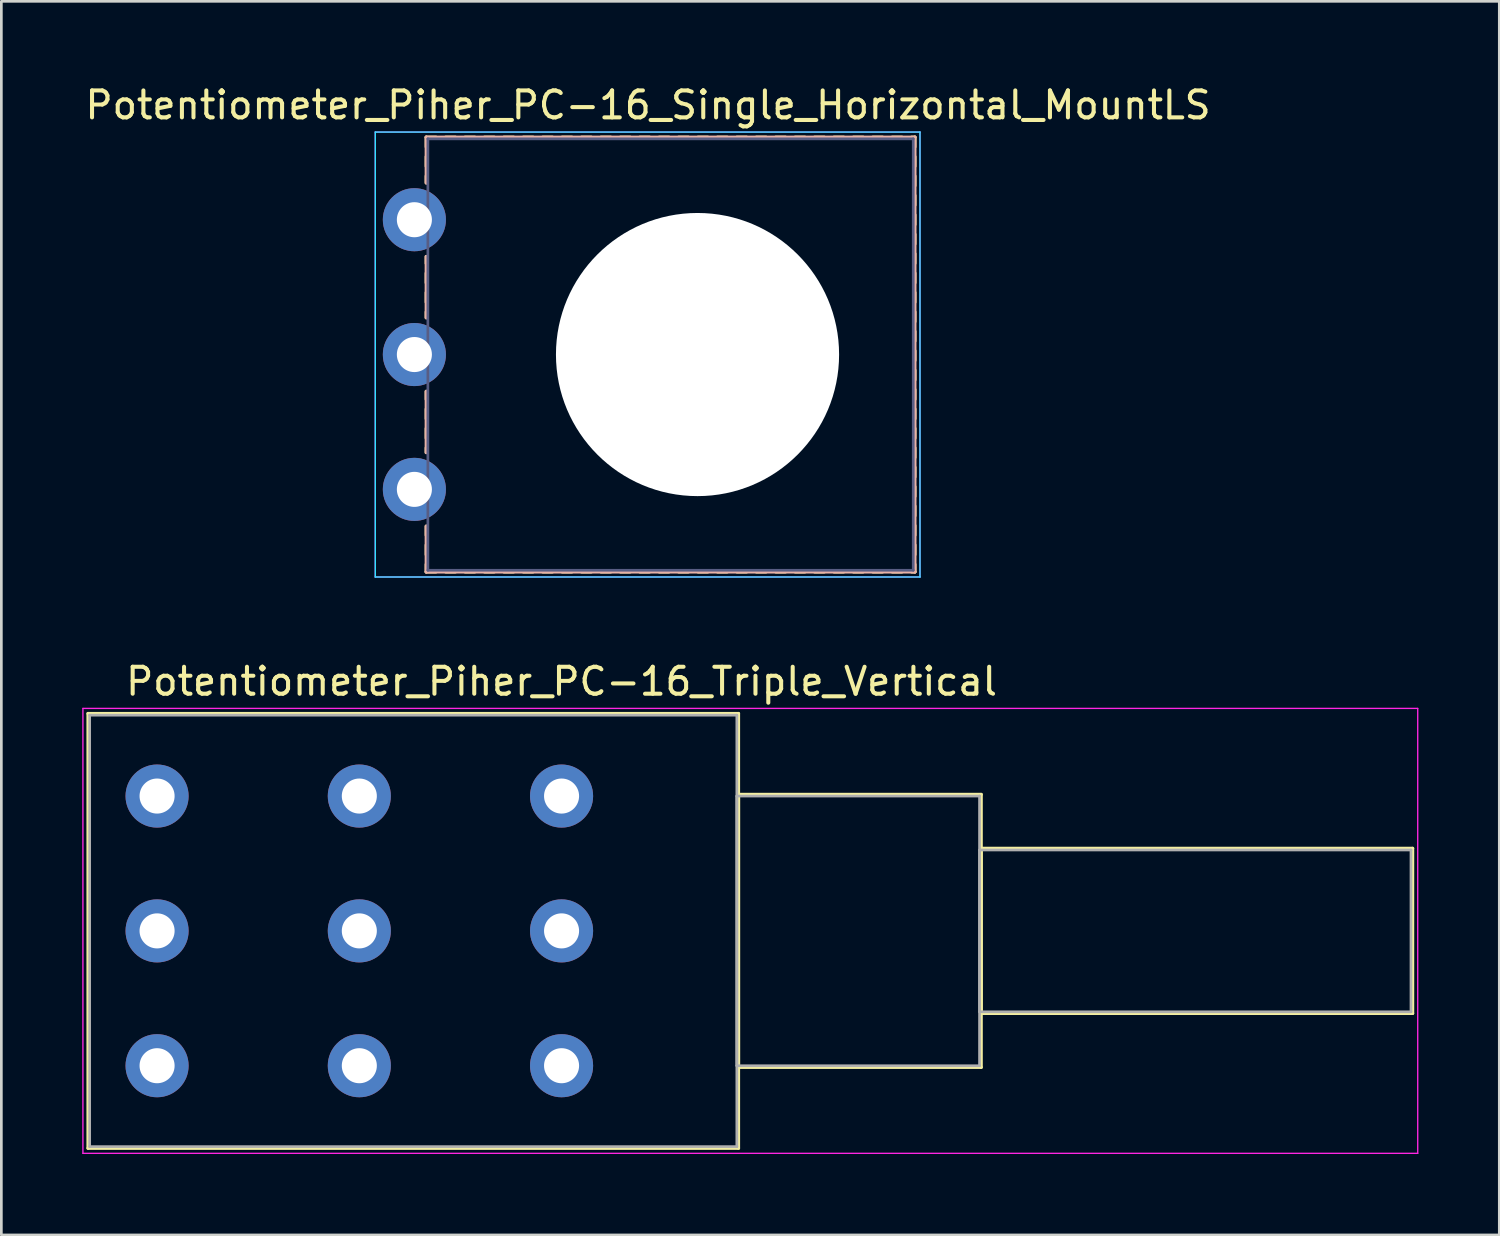
<source format=kicad_pcb>
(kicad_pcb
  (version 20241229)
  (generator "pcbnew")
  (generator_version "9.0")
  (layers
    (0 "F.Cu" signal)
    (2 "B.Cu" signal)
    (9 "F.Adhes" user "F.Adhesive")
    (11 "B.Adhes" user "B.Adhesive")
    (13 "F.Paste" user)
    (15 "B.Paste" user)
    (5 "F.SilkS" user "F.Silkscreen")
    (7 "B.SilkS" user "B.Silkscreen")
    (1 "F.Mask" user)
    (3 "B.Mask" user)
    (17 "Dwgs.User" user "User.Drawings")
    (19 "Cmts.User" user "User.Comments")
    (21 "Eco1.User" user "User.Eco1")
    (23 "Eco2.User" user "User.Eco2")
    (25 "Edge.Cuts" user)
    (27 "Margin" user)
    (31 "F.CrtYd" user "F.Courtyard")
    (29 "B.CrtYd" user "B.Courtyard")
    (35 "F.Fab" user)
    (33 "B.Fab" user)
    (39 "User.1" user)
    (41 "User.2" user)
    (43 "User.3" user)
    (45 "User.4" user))
  (footprint "Potentiometer_Piher_PC-16_Single_Horizontal_MountLS"
    (layer "F.Cu")
    (at 12.317 15.098)
    (property "Reference" "Potentiometer_Piher_PC-16_Single_Horizontal_MountLS" (at 8.665 -14.25 0) (layer "F.SilkS") (effects (font (size 1 1) (thickness 0.15))))
    (attr through_hole)
    (fp_line (start 0.44 -13.06) (end 0.44 -12.7) (stroke (width 0.12) (type solid)) (layer "F.SilkS"))
    (fp_line (start 0.44 -13.06) (end 0.8 -13.06) (stroke (width 0.12) (type solid)) (layer "F.SilkS"))
    (fp_line (start 0.44 -12.34) (end 0.44 -11.98) (stroke (width 0.12) (type solid)) (layer "F.SilkS"))
    (fp_line (start 0.44 -11.62) (end 0.44 -11.365) (stroke (width 0.12) (type solid)) (layer "F.SilkS"))
    (fp_line (start 0.44 -8.635) (end 0.44 -8.38) (stroke (width 0.12) (type solid)) (layer "F.SilkS"))
    (fp_line (start 0.44 -8.02) (end 0.44 -7.66) (stroke (width 0.12) (type solid)) (layer "F.SilkS"))
    (fp_line (start 0.44 -7.3) (end 0.44 -6.94) (stroke (width 0.12) (type solid)) (layer "F.SilkS"))
    (fp_line (start 0.44 -6.58) (end 0.44 -6.365) (stroke (width 0.12) (type solid)) (layer "F.SilkS"))
    (fp_line (start 0.44 -3.635) (end 0.44 -3.34) (stroke (width 0.12) (type solid)) (layer "F.SilkS"))
    (fp_line (start 0.44 -2.98) (end 0.44 -2.62) (stroke (width 0.12) (type solid)) (layer "F.SilkS"))
    (fp_line (start 0.44 -2.26) (end 0.44 -1.9) (stroke (width 0.12) (type solid)) (layer "F.SilkS"))
    (fp_line (start 0.44 -1.54) (end 0.44 -1.365) (stroke (width 0.12) (type solid)) (layer "F.SilkS"))
    (fp_line (start 0.44 1.365) (end 0.44 1.7) (stroke (width 0.12) (type solid)) (layer "F.SilkS"))
    (fp_line (start 0.44 2.061) (end 0.44 2.421) (stroke (width 0.12) (type solid)) (layer "F.SilkS"))
    (fp_line (start 0.44 2.781) (end 0.44 3.06) (stroke (width 0.12) (type solid)) (layer "F.SilkS"))
    (fp_line (start 0.44 3.06) (end 0.8 3.06) (stroke (width 0.12) (type solid)) (layer "F.SilkS"))
    (fp_line (start 1.16 -13.06) (end 1.52 -13.06) (stroke (width 0.12) (type solid)) (layer "F.SilkS"))
    (fp_line (start 1.16 3.06) (end 1.52 3.06) (stroke (width 0.12) (type solid)) (layer "F.SilkS"))
    (fp_line (start 1.88 -13.06) (end 2.24 -13.06) (stroke (width 0.12) (type solid)) (layer "F.SilkS"))
    (fp_line (start 1.88 3.06) (end 2.24 3.06) (stroke (width 0.12) (type solid)) (layer "F.SilkS"))
    (fp_line (start 2.6 -13.06) (end 2.96 -13.06) (stroke (width 0.12) (type solid)) (layer "F.SilkS"))
    (fp_line (start 2.6 3.06) (end 2.96 3.06) (stroke (width 0.12) (type solid)) (layer "F.SilkS"))
    (fp_line (start 3.32 -13.06) (end 3.68 -13.06) (stroke (width 0.12) (type solid)) (layer "F.SilkS"))
    (fp_line (start 3.32 3.06) (end 3.68 3.06) (stroke (width 0.12) (type solid)) (layer "F.SilkS"))
    (fp_line (start 4.04 -13.06) (end 4.4 -13.06) (stroke (width 0.12) (type solid)) (layer "F.SilkS"))
    (fp_line (start 4.04 3.06) (end 4.4 3.06) (stroke (width 0.12) (type solid)) (layer "F.SilkS"))
    (fp_line (start 4.76 -13.06) (end 5.12 -13.06) (stroke (width 0.12) (type solid)) (layer "F.SilkS"))
    (fp_line (start 4.76 3.06) (end 5.12 3.06) (stroke (width 0.12) (type solid)) (layer "F.SilkS"))
    (fp_line (start 5.48 -13.06) (end 5.84 -13.06) (stroke (width 0.12) (type solid)) (layer "F.SilkS"))
    (fp_line (start 5.48 3.06) (end 5.84 3.06) (stroke (width 0.12) (type solid)) (layer "F.SilkS"))
    (fp_line (start 6.2 -13.06) (end 6.56 -13.06) (stroke (width 0.12) (type solid)) (layer "F.SilkS"))
    (fp_line (start 6.2 3.06) (end 6.56 3.06) (stroke (width 0.12) (type solid)) (layer "F.SilkS"))
    (fp_line (start 6.92 -13.06) (end 7.28 -13.06) (stroke (width 0.12) (type solid)) (layer "F.SilkS"))
    (fp_line (start 6.92 3.06) (end 7.28 3.06) (stroke (width 0.12) (type solid)) (layer "F.SilkS"))
    (fp_line (start 7.64 -13.06) (end 8 -13.06) (stroke (width 0.12) (type solid)) (layer "F.SilkS"))
    (fp_line (start 7.64 3.06) (end 8 3.06) (stroke (width 0.12) (type solid)) (layer "F.SilkS"))
    (fp_line (start 8.36 -13.06) (end 8.72 -13.06) (stroke (width 0.12) (type solid)) (layer "F.SilkS"))
    (fp_line (start 8.36 3.06) (end 8.72 3.06) (stroke (width 0.12) (type solid)) (layer "F.SilkS"))
    (fp_line (start 9.08 -13.06) (end 9.44 -13.06) (stroke (width 0.12) (type solid)) (layer "F.SilkS"))
    (fp_line (start 9.08 3.06) (end 9.44 3.06) (stroke (width 0.12) (type solid)) (layer "F.SilkS"))
    (fp_line (start 9.8 -13.06) (end 10.16 -13.06) (stroke (width 0.12) (type solid)) (layer "F.SilkS"))
    (fp_line (start 9.8 3.06) (end 10.16 3.06) (stroke (width 0.12) (type solid)) (layer "F.SilkS"))
    (fp_line (start 10.52 -13.06) (end 10.88 -13.06) (stroke (width 0.12) (type solid)) (layer "F.SilkS"))
    (fp_line (start 10.52 3.06) (end 10.88 3.06) (stroke (width 0.12) (type solid)) (layer "F.SilkS"))
    (fp_line (start 11.24 -13.06) (end 11.6 -13.06) (stroke (width 0.12) (type solid)) (layer "F.SilkS"))
    (fp_line (start 11.24 3.06) (end 11.6 3.06) (stroke (width 0.12) (type solid)) (layer "F.SilkS"))
    (fp_line (start 11.96 -13.06) (end 12.32 -13.06) (stroke (width 0.12) (type solid)) (layer "F.SilkS"))
    (fp_line (start 11.96 3.06) (end 12.32 3.06) (stroke (width 0.12) (type solid)) (layer "F.SilkS"))
    (fp_line (start 12.681 -13.06) (end 13.04 -13.06) (stroke (width 0.12) (type solid)) (layer "F.SilkS"))
    (fp_line (start 12.681 3.06) (end 13.04 3.06) (stroke (width 0.12) (type solid)) (layer "F.SilkS"))
    (fp_line (start 13.401 -13.06) (end 13.761 -13.06) (stroke (width 0.12) (type solid)) (layer "F.SilkS"))
    (fp_line (start 13.401 3.06) (end 13.761 3.06) (stroke (width 0.12) (type solid)) (layer "F.SilkS"))
    (fp_line (start 14.121 -13.06) (end 14.481 -13.06) (stroke (width 0.12) (type solid)) (layer "F.SilkS"))
    (fp_line (start 14.121 3.06) (end 14.481 3.06) (stroke (width 0.12) (type solid)) (layer "F.SilkS"))
    (fp_line (start 14.841 -13.06) (end 15.201 -13.06) (stroke (width 0.12) (type solid)) (layer "F.SilkS"))
    (fp_line (start 14.841 3.06) (end 15.201 3.06) (stroke (width 0.12) (type solid)) (layer "F.SilkS"))
    (fp_line (start 15.561 -13.06) (end 15.921 -13.06) (stroke (width 0.12) (type solid)) (layer "F.SilkS"))
    (fp_line (start 15.561 3.06) (end 15.921 3.06) (stroke (width 0.12) (type solid)) (layer "F.SilkS"))
    (fp_line (start 16.281 -13.06) (end 16.641 -13.06) (stroke (width 0.12) (type solid)) (layer "F.SilkS"))
    (fp_line (start 16.281 3.06) (end 16.641 3.06) (stroke (width 0.12) (type solid)) (layer "F.SilkS"))
    (fp_line (start 17.001 -13.06) (end 17.361 -13.06) (stroke (width 0.12) (type solid)) (layer "F.SilkS"))
    (fp_line (start 17.001 3.06) (end 17.361 3.06) (stroke (width 0.12) (type solid)) (layer "F.SilkS"))
    (fp_line (start 17.721 -13.06) (end 18.08 -13.06) (stroke (width 0.12) (type solid)) (layer "F.SilkS"))
    (fp_line (start 17.721 3.06) (end 18.08 3.06) (stroke (width 0.12) (type solid)) (layer "F.SilkS"))
    (fp_line (start 18.44 -13.06) (end 18.561 -13.06) (stroke (width 0.12) (type solid)) (layer "F.SilkS"))
    (fp_line (start 18.44 3.06) (end 18.561 3.06) (stroke (width 0.12) (type solid)) (layer "F.SilkS"))
    (fp_line (start 18.561 -13.06) (end 18.561 -12.7) (stroke (width 0.12) (type solid)) (layer "F.SilkS"))
    (fp_line (start 18.561 -12.34) (end 18.561 -11.98) (stroke (width 0.12) (type solid)) (layer "F.SilkS"))
    (fp_line (start 18.561 -11.62) (end 18.561 -11.26) (stroke (width 0.12) (type solid)) (layer "F.SilkS"))
    (fp_line (start 18.561 -10.9) (end 18.561 -10.54) (stroke (width 0.12) (type solid)) (layer "F.SilkS"))
    (fp_line (start 18.561 -10.18) (end 18.561 -9.819) (stroke (width 0.12) (type solid)) (layer "F.SilkS"))
    (fp_line (start 18.561 -9.46) (end 18.561 -9.1) (stroke (width 0.12) (type solid)) (layer "F.SilkS"))
    (fp_line (start 18.561 -8.74) (end 18.561 -8.38) (stroke (width 0.12) (type solid)) (layer "F.SilkS"))
    (fp_line (start 18.561 -8.02) (end 18.561 -7.66) (stroke (width 0.12) (type solid)) (layer "F.SilkS"))
    (fp_line (start 18.561 -7.3) (end 18.561 -6.94) (stroke (width 0.12) (type solid)) (layer "F.SilkS"))
    (fp_line (start 18.561 -6.58) (end 18.561 -6.22) (stroke (width 0.12) (type solid)) (layer "F.SilkS"))
    (fp_line (start 18.561 -5.86) (end 18.561 -5.5) (stroke (width 0.12) (type solid)) (layer "F.SilkS"))
    (fp_line (start 18.561 -5.14) (end 18.561 -4.78) (stroke (width 0.12) (type solid)) (layer "F.SilkS"))
    (fp_line (start 18.561 -4.42) (end 18.561 -4.06) (stroke (width 0.12) (type solid)) (layer "F.SilkS"))
    (fp_line (start 18.561 -3.7) (end 18.561 -3.34) (stroke (width 0.12) (type solid)) (layer "F.SilkS"))
    (fp_line (start 18.561 -2.98) (end 18.561 -2.62) (stroke (width 0.12) (type solid)) (layer "F.SilkS"))
    (fp_line (start 18.561 -2.26) (end 18.561 -1.9) (stroke (width 0.12) (type solid)) (layer "F.SilkS"))
    (fp_line (start 18.561 -1.54) (end 18.561 -1.18) (stroke (width 0.12) (type solid)) (layer "F.SilkS"))
    (fp_line (start 18.561 -0.82) (end 18.561 -0.46) (stroke (width 0.12) (type solid)) (layer "F.SilkS"))
    (fp_line (start 18.561 -0.1) (end 18.561 0.26) (stroke (width 0.12) (type solid)) (layer "F.SilkS"))
    (fp_line (start 18.561 0.62) (end 18.561 0.98) (stroke (width 0.12) (type solid)) (layer "F.SilkS"))
    (fp_line (start 18.561 1.341) (end 18.561 1.7) (stroke (width 0.12) (type solid)) (layer "F.SilkS"))
    (fp_line (start 18.561 2.061) (end 18.561 2.421) (stroke (width 0.12) (type solid)) (layer "F.SilkS"))
    (fp_line (start 18.561 2.781) (end 18.561 3.06) (stroke (width 0.12) (type solid)) (layer "F.SilkS"))
    (fp_line (start 0.44 -13.06) (end 0.44 -11.365) (stroke (width 0.12) (type solid)) (layer "B.SilkS"))
    (fp_line (start 0.44 -13.06) (end 18.561 -13.06) (stroke (width 0.12) (type solid)) (layer "B.SilkS"))
    (fp_line (start 0.44 -8.635) (end 0.44 -6.365) (stroke (width 0.12) (type solid)) (layer "B.SilkS"))
    (fp_line (start 0.44 -3.635) (end 0.44 -1.365) (stroke (width 0.12) (type solid)) (layer "B.SilkS"))
    (fp_line (start 0.44 1.365) (end 0.44 3.06) (stroke (width 0.12) (type solid)) (layer "B.SilkS"))
    (fp_line (start 0.44 3.06) (end 18.561 3.06) (stroke (width 0.12) (type solid)) (layer "B.SilkS"))
    (fp_line (start 18.561 -13.06) (end 18.561 3.06) (stroke (width 0.12) (type solid)) (layer "B.SilkS"))
    (fp_line (start -1.45 -13.25) (end -1.45 3.25) (stroke (width 0.05) (type solid)) (layer "B.CrtYd"))
    (fp_line (start -1.45 3.25) (end 18.75 3.25) (stroke (width 0.05) (type solid)) (layer "B.CrtYd"))
    (fp_line (start 18.75 -13.25) (end -1.45 -13.25) (stroke (width 0.05) (type solid)) (layer "B.CrtYd"))
    (fp_line (start 18.75 3.25) (end 18.75 -13.25) (stroke (width 0.05) (type solid)) (layer "B.CrtYd"))
    (fp_line (start -1.45 -13.25) (end -1.45 3.25) (stroke (width 0.05) (type solid)) (layer "F.CrtYd"))
    (fp_line (start -1.45 3.25) (end 18.75 3.25) (stroke (width 0.05) (type solid)) (layer "F.CrtYd"))
    (fp_line (start 18.75 -13.25) (end -1.45 -13.25) (stroke (width 0.05) (type solid)) (layer "F.CrtYd"))
    (fp_line (start 18.75 3.25) (end 18.75 -13.25) (stroke (width 0.05) (type solid)) (layer "F.CrtYd"))
    (fp_line (start 0.5 -13) (end 0.5 3) (stroke (width 0.1) (type solid)) (layer "B.Fab"))
    (fp_line (start 0.5 3) (end 18.5 3) (stroke (width 0.1) (type solid)) (layer "B.Fab"))
    (fp_line (start 18.5 -13) (end 0.5 -13) (stroke (width 0.1) (type solid)) (layer "B.Fab"))
    (fp_line (start 18.5 3) (end 18.5 -13) (stroke (width 0.1) (type solid)) (layer "B.Fab"))
    (fp_circle (center 10.5 -5) (end 13.5 -5) (stroke (width 0.1) (type solid)) (fill no) (layer "B.Fab"))
    (fp_circle (center 10.5 -5) (end 15.5 -5) (stroke (width 0.1) (type solid)) (fill no) (layer "B.Fab"))
    (pad "" np_thru_hole circle (at 10.5 -5) (size 10.5 10.5) (drill 10.5) (layers "*.Cu" "*.Mask"))
    (pad "1" thru_hole circle (at 0 0) (size 2.34 2.34) (drill 1.3) (layers "*.Cu" "*.Mask"))
    (pad "2" thru_hole circle (at 0 -5) (size 2.34 2.34) (drill 1.3) (layers "*.Cu" "*.Mask"))
    (pad "3" thru_hole circle (at 0 -10) (size 2.34 2.34) (drill 1.3) (layers "*.Cu" "*.Mask")))
  (footprint "Potentiometer_Piher_PC-16_Triple_Vertical"
    (layer "F.Cu")
    (at 17.775 36.471)
    (property "Reference" "Potentiometer_Piher_PC-16_Triple_Vertical" (at 0 -14.25 0) (layer "F.SilkS") (effects (font (size 1 1) (thickness 0.15))))
    (attr through_hole)
    (fp_line (start -17.56 -13.06) (end -17.56 3.06) (stroke (width 0.12) (type solid)) (layer "F.SilkS"))
    (fp_line (start -17.56 -13.06) (end 6.561 -13.06) (stroke (width 0.12) (type solid)) (layer "F.SilkS"))
    (fp_line (start -17.56 3.06) (end 6.561 3.06) (stroke (width 0.12) (type solid)) (layer "F.SilkS"))
    (fp_line (start 6.561 -13.06) (end 6.561 3.06) (stroke (width 0.12) (type solid)) (layer "F.SilkS"))
    (fp_line (start 6.561 -10.06) (end 6.561 0.06) (stroke (width 0.12) (type solid)) (layer "F.SilkS"))
    (fp_line (start 6.561 -10.06) (end 15.561 -10.06) (stroke (width 0.12) (type solid)) (layer "F.SilkS"))
    (fp_line (start 6.561 0.06) (end 15.561 0.06) (stroke (width 0.12) (type solid)) (layer "F.SilkS"))
    (fp_line (start 15.561 -10.06) (end 15.561 0.06) (stroke (width 0.12) (type solid)) (layer "F.SilkS"))
    (fp_line (start 15.561 -8.06) (end 15.561 -1.94) (stroke (width 0.12) (type solid)) (layer "F.SilkS"))
    (fp_line (start 15.561 -8.06) (end 31.56 -8.06) (stroke (width 0.12) (type solid)) (layer "F.SilkS"))
    (fp_line (start 15.561 -1.94) (end 31.56 -1.94) (stroke (width 0.12) (type solid)) (layer "F.SilkS"))
    (fp_line (start 31.56 -8.06) (end 31.56 -1.94) (stroke (width 0.12) (type solid)) (layer "F.SilkS"))
    (fp_line (start -17.75 -13.25) (end -17.75 3.25) (stroke (width 0.05) (type solid)) (layer "F.CrtYd"))
    (fp_line (start -17.75 3.25) (end 31.75 3.25) (stroke (width 0.05) (type solid)) (layer "F.CrtYd"))
    (fp_line (start 31.75 -13.25) (end -17.75 -13.25) (stroke (width 0.05) (type solid)) (layer "F.CrtYd"))
    (fp_line (start 31.75 3.25) (end 31.75 -13.25) (stroke (width 0.05) (type solid)) (layer "F.CrtYd"))
    (fp_line (start -17.5 -13) (end -17.5 3) (stroke (width 0.1) (type solid)) (layer "F.Fab"))
    (fp_line (start -17.5 3) (end 6.5 3) (stroke (width 0.1) (type solid)) (layer "F.Fab"))
    (fp_line (start 6.5 -13) (end -17.5 -13) (stroke (width 0.1) (type solid)) (layer "F.Fab"))
    (fp_line (start 6.5 -10) (end 6.5 0) (stroke (width 0.1) (type solid)) (layer "F.Fab"))
    (fp_line (start 6.5 0) (end 15.5 0) (stroke (width 0.1) (type solid)) (layer "F.Fab"))
    (fp_line (start 6.5 3) (end 6.5 -13) (stroke (width 0.1) (type solid)) (layer "F.Fab"))
    (fp_line (start 15.5 -10) (end 6.5 -10) (stroke (width 0.1) (type solid)) (layer "F.Fab"))
    (fp_line (start 15.5 -8) (end 15.5 -2) (stroke (width 0.1) (type solid)) (layer "F.Fab"))
    (fp_line (start 15.5 -2) (end 31.5 -2) (stroke (width 0.1) (type solid)) (layer "F.Fab"))
    (fp_line (start 15.5 0) (end 15.5 -10) (stroke (width 0.1) (type solid)) (layer "F.Fab"))
    (fp_line (start 31.5 -8) (end 15.5 -8) (stroke (width 0.1) (type solid)) (layer "F.Fab"))
    (fp_line (start 31.5 -2) (end 31.5 -8) (stroke (width 0.1) (type solid)) (layer "F.Fab"))
    (pad "1" thru_hole circle (at 0 0) (size 2.34 2.34) (drill 1.3) (layers "*.Cu" "*.Mask"))
    (pad "2" thru_hole circle (at 0 -5) (size 2.34 2.34) (drill 1.3) (layers "*.Cu" "*.Mask"))
    (pad "3" thru_hole circle (at 0 -10) (size 2.34 2.34) (drill 1.3) (layers "*.Cu" "*.Mask"))
    (pad "4" thru_hole circle (at -7.5 0) (size 2.34 2.34) (drill 1.3) (layers "*.Cu" "*.Mask"))
    (pad "5" thru_hole circle (at -7.5 -5) (size 2.34 2.34) (drill 1.3) (layers "*.Cu" "*.Mask"))
    (pad "6" thru_hole circle (at -7.5 -10) (size 2.34 2.34) (drill 1.3) (layers "*.Cu" "*.Mask"))
    (pad "7" thru_hole circle (at -15 0) (size 2.34 2.34) (drill 1.3) (layers "*.Cu" "*.Mask"))
    (pad "8" thru_hole circle (at -15 -5) (size 2.34 2.34) (drill 1.3) (layers "*.Cu" "*.Mask"))
    (pad "9" thru_hole circle (at -15 -10) (size 2.34 2.34) (drill 1.3) (layers "*.Cu" "*.Mask")))
  (gr_rect
    (start -3 -3)
    (end 52.55 42.746)
    (stroke (width 0.1) (type default))
    (fill no)
    (layer "Edge.Cuts")))
</source>
